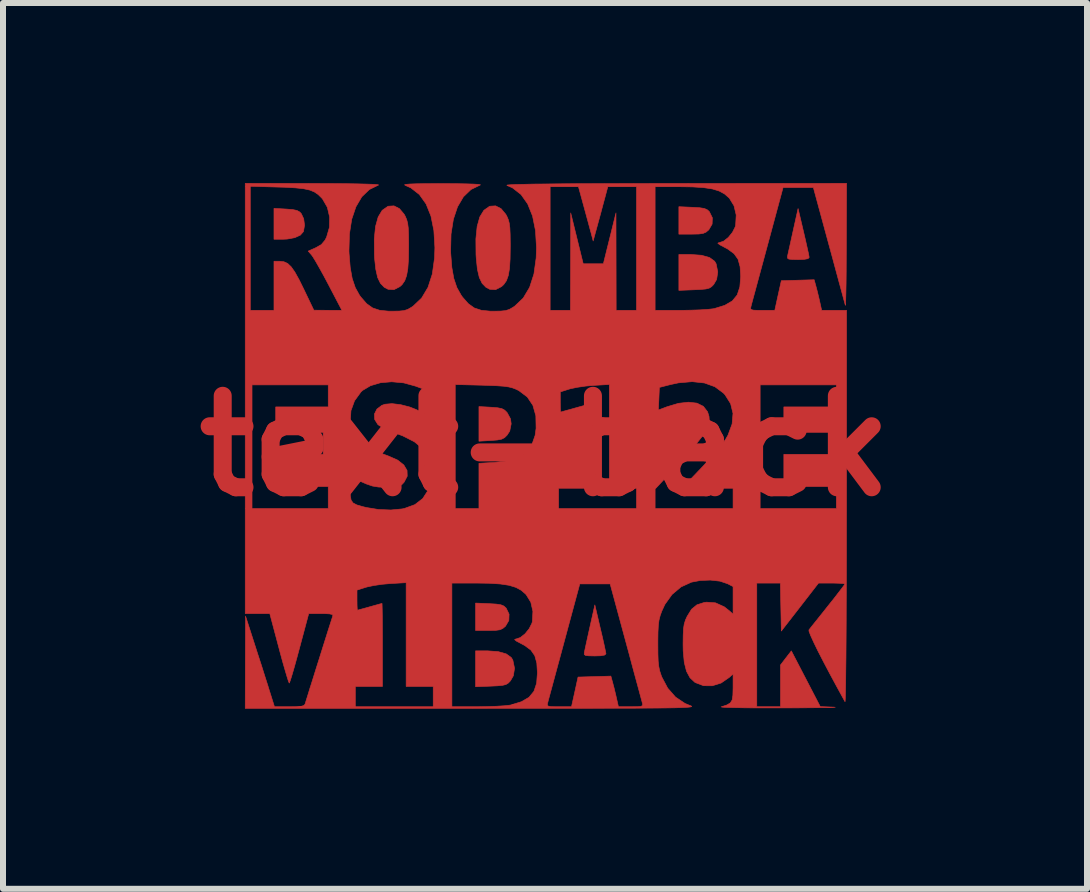
<source format=kicad_pcb>
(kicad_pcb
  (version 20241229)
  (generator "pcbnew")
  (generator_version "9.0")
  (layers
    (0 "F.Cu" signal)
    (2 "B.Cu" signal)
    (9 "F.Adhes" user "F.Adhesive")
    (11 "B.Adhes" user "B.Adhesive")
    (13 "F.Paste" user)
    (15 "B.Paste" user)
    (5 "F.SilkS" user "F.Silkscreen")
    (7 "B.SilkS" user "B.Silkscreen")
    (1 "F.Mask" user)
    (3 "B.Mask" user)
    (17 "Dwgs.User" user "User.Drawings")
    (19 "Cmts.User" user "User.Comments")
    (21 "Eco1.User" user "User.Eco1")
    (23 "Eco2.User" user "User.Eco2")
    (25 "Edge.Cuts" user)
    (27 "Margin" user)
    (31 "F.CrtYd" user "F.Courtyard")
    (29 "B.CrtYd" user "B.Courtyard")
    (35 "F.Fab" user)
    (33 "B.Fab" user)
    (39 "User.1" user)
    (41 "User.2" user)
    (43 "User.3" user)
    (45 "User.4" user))
  (footprint "text-back"
    (layer "F.Cu")
    (at 6.031 4.379)
    (property "Reference" "text-back" (at 0 0 0) (layer "F.Cu") (effects (font (size 1.524 1.524) (thickness 0.3))))
    (attr through_hole)
    (fp_poly (pts (xy -4.315 -3.946) (xy -4.203 -3.937) (xy -4.132 -3.922) (xy -4.086 -3.896) (xy -4.061 -3.869) (xy -4.021 -3.784) (xy -4.007 -3.677) (xy -4.024 -3.575) (xy -4.025 -3.571) (xy -4.076 -3.512) (xy -4.17 -3.469) (xy -4.296 -3.446) (xy -4.359 -3.443) (xy -4.516 -3.443) (xy -4.516 -3.957) (xy -4.315 -3.946)) (stroke (width 0.01) (type solid)) (fill yes) (layer "F.Cu"))
    (fp_poly (pts (xy -0.9 -0.644) (xy -0.79 -0.635) (xy -0.72 -0.621) (xy -0.672 -0.595) (xy -0.632 -0.555) (xy -0.575 -0.45) (xy -0.564 -0.367) (xy -0.588 -0.247) (xy -0.632 -0.179) (xy -0.674 -0.137) (xy -0.723 -0.112) (xy -0.795 -0.098) (xy -0.9 -0.09) (xy -1.101 -0.078) (xy -1.101 -0.655) (xy -0.9 -0.644)) (stroke (width 0.01) (type solid)) (fill yes) (layer "F.Cu"))
    (fp_poly (pts (xy -0.779 3.428) (xy -0.646 3.466) (xy -0.561 3.528) (xy -0.536 3.571) (xy -0.508 3.706) (xy -0.528 3.831) (xy -0.576 3.914) (xy -0.612 3.952) (xy -0.652 3.976) (xy -0.708 3.99) (xy -0.794 3.998) (xy -0.901 4.003) (xy -1.157 4.013) (xy -1.157 3.415) (xy -0.959 3.415) (xy -0.779 3.428)) (stroke (width 0.01) (type solid)) (fill yes) (layer "F.Cu"))
    (fp_poly (pts (xy 2.607 -3.176) (xy 2.741 -3.138) (xy 2.826 -3.076) (xy 2.851 -3.033) (xy 2.878 -2.898) (xy 2.859 -2.773) (xy 2.811 -2.69) (xy 2.774 -2.652) (xy 2.735 -2.628) (xy 2.679 -2.614) (xy 2.592 -2.606) (xy 2.486 -2.601) (xy 2.23 -2.591) (xy 2.23 -3.189) (xy 2.428 -3.189) (xy 2.607 -3.176)) (stroke (width 0.01) (type solid)) (fill yes) (layer "F.Cu"))
    (fp_poly (pts (xy -0.929 2.629) (xy -0.811 2.636) (xy -0.735 2.648) (xy -0.687 2.668) (xy -0.652 2.699) (xy -0.646 2.706) (xy -0.599 2.804) (xy -0.603 2.909) (xy -0.658 3.003) (xy -0.662 3.007) (xy -0.705 3.043) (xy -0.753 3.064) (xy -0.824 3.074) (xy -0.934 3.076) (xy -0.944 3.076) (xy -1.157 3.076) (xy -1.157 2.619) (xy -0.929 2.629)) (stroke (width 0.01) (type solid)) (fill yes) (layer "F.Cu"))
    (fp_poly (pts (xy 2.458 -3.975) (xy 2.576 -3.968) (xy 2.652 -3.956) (xy 2.7 -3.936) (xy 2.735 -3.905) (xy 2.74 -3.898) (xy 2.788 -3.8) (xy 2.784 -3.695) (xy 2.729 -3.601) (xy 2.725 -3.597) (xy 2.682 -3.561) (xy 2.633 -3.54) (xy 2.562 -3.53) (xy 2.453 -3.528) (xy 2.443 -3.528) (xy 2.23 -3.528) (xy 2.23 -3.985) (xy 2.458 -3.975)) (stroke (width 0.01) (type solid)) (fill yes) (layer "F.Cu"))
    (fp_poly (pts (xy 0.921 3.04) (xy 0.955 3.182) (xy 0.983 3.307) (xy 1.003 3.402) (xy 1.014 3.457) (xy 1.015 3.464) (xy 0.994 3.485) (xy 0.928 3.497) (xy 0.829 3.5) (xy 0.73 3.498) (xy 0.675 3.492) (xy 0.654 3.476) (xy 0.654 3.447) (xy 0.656 3.436) (xy 0.667 3.385) (xy 0.687 3.292) (xy 0.714 3.169) (xy 0.745 3.029) (xy 0.749 3.011) (xy 0.83 2.65) (xy 0.921 3.04)) (stroke (width 0.01) (type solid)) (fill yes) (layer "F.Cu"))
    (fp_poly (pts (xy 4.308 -3.564) (xy 4.341 -3.422) (xy 4.369 -3.297) (xy 4.39 -3.202) (xy 4.4 -3.147) (xy 4.401 -3.14) (xy 4.381 -3.119) (xy 4.314 -3.107) (xy 4.216 -3.104) (xy 4.117 -3.106) (xy 4.062 -3.112) (xy 4.04 -3.128) (xy 4.04 -3.157) (xy 4.042 -3.168) (xy 4.053 -3.219) (xy 4.074 -3.312) (xy 4.101 -3.435) (xy 4.132 -3.575) (xy 4.136 -3.593) (xy 4.216 -3.954) (xy 4.308 -3.564)) (stroke (width 0.01) (type solid)) (fill yes) (layer "F.Cu"))
    (fp_poly (pts (xy -2.426 -3.953) (xy -2.347 -3.859) (xy -2.328 -3.824) (xy -2.305 -3.77) (xy -2.289 -3.71) (xy -2.279 -3.632) (xy -2.274 -3.524) (xy -2.272 -3.375) (xy -2.272 -3.316) (xy -2.275 -3.112) (xy -2.286 -2.956) (xy -2.306 -2.839) (xy -2.337 -2.752) (xy -2.381 -2.688) (xy -2.419 -2.653) (xy -2.517 -2.603) (xy -2.615 -2.609) (xy -2.678 -2.642) (xy -2.742 -2.708) (xy -2.789 -2.805) (xy -2.82 -2.943) (xy -2.84 -3.126) (xy -2.843 -3.189) (xy -2.845 -3.448) (xy -2.824 -3.656) (xy -2.78 -3.814) (xy -2.713 -3.925) (xy -2.621 -3.989) (xy -2.613 -3.993) (xy -2.517 -3.999) (xy -2.426 -3.953)) (stroke (width 0.01) (type solid)) (fill yes) (layer "F.Cu"))
    (fp_poly (pts (xy -0.733 -3.953) (xy -0.654 -3.859) (xy -0.635 -3.824) (xy -0.612 -3.77) (xy -0.596 -3.71) (xy -0.586 -3.632) (xy -0.581 -3.524) (xy -0.579 -3.375) (xy -0.579 -3.316) (xy -0.582 -3.112) (xy -0.592 -2.956) (xy -0.612 -2.839) (xy -0.643 -2.752) (xy -0.688 -2.688) (xy -0.726 -2.653) (xy -0.824 -2.603) (xy -0.921 -2.609) (xy -0.984 -2.642) (xy -1.048 -2.708) (xy -1.095 -2.805) (xy -1.127 -2.943) (xy -1.146 -3.126) (xy -1.15 -3.189) (xy -1.152 -3.448) (xy -1.131 -3.656) (xy -1.087 -3.814) (xy -1.019 -3.925) (xy -0.928 -3.989) (xy -0.919 -3.993) (xy -0.824 -3.999) (xy -0.733 -3.953)) (stroke (width 0.01) (type solid)) (fill yes) (layer "F.Cu"))
    (fp_poly (pts (xy 5.02 -3.337) (xy 5.019 -3.104) (xy 5.018 -2.891) (xy 5.016 -2.704) (xy 5.013 -2.55) (xy 5.01 -2.435) (xy 5.008 -2.363) (xy 5.005 -2.342) (xy 5.004 -2.342) (xy 4.994 -2.379) (xy 4.971 -2.463) (xy 4.937 -2.589) (xy 4.893 -2.75) (xy 4.842 -2.939) (xy 4.785 -3.15) (xy 4.732 -3.344) (xy 4.471 -4.304) (xy 3.966 -4.304) (xy 3.707 -3.344) (xy 3.646 -3.118) (xy 3.589 -2.908) (xy 3.538 -2.719) (xy 3.495 -2.56) (xy 3.461 -2.435) (xy 3.439 -2.353) (xy 3.431 -2.321) (xy 3.425 -2.289) (xy 3.437 -2.27) (xy 3.477 -2.261) (xy 3.556 -2.258) (xy 3.621 -2.258) (xy 3.828 -2.258) (xy 3.882 -2.505) (xy 3.937 -2.752) (xy 4.484 -2.768) (xy 4.513 -2.663) (xy 4.537 -2.572) (xy 4.564 -2.46) (xy 4.576 -2.408) (xy 4.609 -2.258) (xy 5.024 -2.258) (xy 5.023 1.023) (xy 5.022 1.447) (xy 5.022 1.855) (xy 5.021 2.243) (xy 5.019 2.606) (xy 5.018 2.943) (xy 5.016 3.25) (xy 5.014 3.522) (xy 5.011 3.758) (xy 5.009 3.952) (xy 5.006 4.102) (xy 5.003 4.205) (xy 5 4.256) (xy 4.998 4.262) (xy 4.866 4.021) (xy 4.745 3.797) (xy 4.638 3.594) (xy 4.547 3.417) (xy 4.476 3.271) (xy 4.426 3.161) (xy 4.399 3.091) (xy 4.397 3.067) (xy 4.422 3.034) (xy 4.476 2.966) (xy 4.553 2.87) (xy 4.645 2.755) (xy 4.708 2.675) (xy 4.805 2.554) (xy 4.887 2.448) (xy 4.95 2.366) (xy 4.988 2.315) (xy 4.995 2.302) (xy 4.969 2.294) (xy 4.901 2.289) (xy 4.802 2.286) (xy 4.776 2.286) (xy 4.557 2.286) (xy 4.247 2.686) (xy 3.937 3.085) (xy 3.929 2.686) (xy 3.921 2.286) (xy 3.528 2.286) (xy 3.528 4.346) (xy 3.923 4.346) (xy 3.923 3.651) (xy 4.013 3.533) (xy 4.104 3.416) (xy 4.586 4.344) (xy 4.812 4.353) (xy 4.835 4.355) (xy 4.806 4.358) (xy 4.73 4.36) (xy 4.611 4.362) (xy 4.453 4.363) (xy 4.261 4.365) (xy 4.04 4.366) (xy 3.951 4.366) (xy 3.713 4.366) (xy 3.497 4.366) (xy 3.308 4.364) (xy 3.151 4.361) (xy 3.033 4.358) (xy 2.959 4.354) (xy 2.934 4.349) (xy 2.937 4.348) (xy 3.029 4.317) (xy 3.087 4.283) (xy 3.118 4.233) (xy 3.13 4.153) (xy 3.133 4.031) (xy 3.133 4.03) (xy 3.133 3.8) (xy 3.069 3.858) (xy 2.934 3.951) (xy 2.788 3.997) (xy 2.641 3.996) (xy 2.507 3.945) (xy 2.495 3.938) (xy 2.415 3.863) (xy 2.357 3.755) (xy 2.32 3.609) (xy 2.302 3.417) (xy 2.3 3.302) (xy 2.302 3.154) (xy 2.307 3.048) (xy 2.319 2.97) (xy 2.339 2.904) (xy 2.367 2.842) (xy 2.441 2.722) (xy 2.531 2.648) (xy 2.649 2.61) (xy 2.691 2.604) (xy 2.84 2.615) (xy 2.986 2.681) (xy 3.069 2.746) (xy 3.133 2.804) (xy 3.133 2.344) (xy 3.042 2.297) (xy 2.914 2.254) (xy 2.754 2.236) (xy 2.585 2.243) (xy 2.439 2.271) (xy 2.266 2.35) (xy 2.116 2.476) (xy 1.997 2.642) (xy 1.946 2.752) (xy 1.918 2.829) (xy 1.899 2.904) (xy 1.888 2.99) (xy 1.882 3.101) (xy 1.88 3.25) (xy 1.88 3.302) (xy 1.881 3.465) (xy 1.885 3.584) (xy 1.895 3.675) (xy 1.911 3.751) (xy 1.936 3.826) (xy 1.946 3.852) (xy 2.044 4.037) (xy 2.175 4.186) (xy 2.332 4.291) (xy 2.399 4.319) (xy 2.421 4.327) (xy 2.436 4.334) (xy 2.444 4.34) (xy 2.44 4.345) (xy 2.423 4.35) (xy 2.39 4.354) (xy 2.337 4.358) (xy 2.263 4.361) (xy 2.164 4.364) (xy 2.039 4.366) (xy 1.883 4.368) (xy 1.694 4.369) (xy 1.471 4.371) (xy 1.209 4.371) (xy 0.907 4.372) (xy 0.562 4.373) (xy 0.17 4.373) (xy -0.27 4.373) (xy -0.762 4.373) (xy -1.221 4.374) (xy -4.995 4.374) (xy -4.993 3.605) (xy -4.99 2.836) (xy -4.84 3.302) (xy -4.782 3.483) (xy -4.721 3.67) (xy -4.665 3.848) (xy -4.617 3.998) (xy -4.599 4.057) (xy -4.508 4.346) (xy -4.26 4.346) (xy -4.138 4.345) (xy -4.062 4.339) (xy -4.019 4.326) (xy -4 4.305) (xy -3.997 4.297) (xy -3.981 4.245) (xy -3.952 4.152) (xy -3.913 4.025) (xy -3.907 4.008) (xy -3.161 4.008) (xy -3.161 4.346) (xy -1.863 4.346) (xy -1.863 4.008) (xy -2.314 4.008) (xy -2.314 2.286) (xy -1.552 2.286) (xy -1.552 4.346) (xy -1.122 4.346) (xy -0.96 4.343) (xy -0.808 4.338) (xy -0.679 4.33) (xy -0.588 4.32) (xy -0.566 4.316) (xy -0.564 4.315) (xy 0.038 4.315) (xy 0.05 4.334) (xy 0.09 4.343) (xy 0.169 4.346) (xy 0.234 4.346) (xy 0.441 4.346) (xy 0.496 4.099) (xy 0.55 3.852) (xy 0.824 3.844) (xy 1.097 3.836) (xy 1.126 3.941) (xy 1.15 4.032) (xy 1.177 4.144) (xy 1.189 4.196) (xy 1.223 4.346) (xy 1.43 4.346) (xy 1.536 4.345) (xy 1.597 4.34) (xy 1.623 4.327) (xy 1.626 4.303) (xy 1.621 4.283) (xy 1.61 4.241) (xy 1.586 4.152) (xy 1.551 4.022) (xy 1.506 3.857) (xy 1.454 3.665) (xy 1.397 3.451) (xy 1.345 3.26) (xy 1.085 2.3) (xy 0.579 2.3) (xy 0.32 3.26) (xy 0.259 3.486) (xy 0.202 3.696) (xy 0.151 3.885) (xy 0.108 4.044) (xy 0.074 4.169) (xy 0.052 4.251) (xy 0.044 4.283) (xy 0.038 4.315) (xy -0.564 4.315) (xy -0.392 4.262) (xy -0.267 4.189) (xy -0.185 4.089) (xy -0.14 3.955) (xy -0.127 3.782) (xy -0.137 3.618) (xy -0.171 3.495) (xy -0.236 3.402) (xy -0.339 3.326) (xy -0.395 3.296) (xy -0.476 3.253) (xy -0.507 3.228) (xy -0.493 3.219) (xy -0.484 3.218) (xy -0.411 3.193) (xy -0.333 3.131) (xy -0.264 3.046) (xy -0.218 2.954) (xy -0.211 2.926) (xy -0.202 2.757) (xy -0.237 2.604) (xy -0.315 2.478) (xy -0.32 2.473) (xy -0.395 2.407) (xy -0.485 2.358) (xy -0.599 2.323) (xy -0.745 2.301) (xy -0.931 2.289) (xy -1.134 2.286) (xy -1.552 2.286) (xy -2.314 2.286) (xy -2.314 2.279) (xy -2.575 2.294) (xy -2.713 2.306) (xy -2.849 2.326) (xy -2.96 2.349) (xy -2.985 2.356) (xy -3.133 2.403) (xy -3.133 2.57) (xy -3.132 2.659) (xy -3.129 2.72) (xy -3.126 2.738) (xy -3.097 2.73) (xy -3.028 2.711) (xy -2.934 2.685) (xy -2.921 2.681) (xy -2.824 2.654) (xy -2.752 2.634) (xy -2.717 2.625) (xy -2.716 2.625) (xy -2.715 2.652) (xy -2.713 2.727) (xy -2.711 2.844) (xy -2.71 2.995) (xy -2.709 3.171) (xy -2.709 3.316) (xy -2.709 4.008) (xy -3.161 4.008) (xy -3.907 4.008) (xy -3.865 3.874) (xy -3.813 3.707) (xy -3.758 3.533) (xy -3.704 3.361) (xy -3.653 3.199) (xy -3.608 3.056) (xy -3.571 2.941) (xy -3.546 2.863) (xy -3.535 2.829) (xy -3.543 2.81) (xy -3.591 2.799) (xy -3.685 2.794) (xy -3.73 2.794) (xy -3.937 2.794) (xy -4.092 3.373) (xy -4.138 3.544) (xy -4.18 3.695) (xy -4.216 3.818) (xy -4.243 3.905) (xy -4.259 3.948) (xy -4.262 3.951) (xy -4.274 3.925) (xy -4.297 3.852) (xy -4.33 3.741) (xy -4.371 3.599) (xy -4.416 3.434) (xy -4.432 3.373) (xy -4.586 2.794) (xy -4.791 2.794) (xy -4.995 2.794) (xy -4.995 -1.016) (xy -4.882 -1.016) (xy -4.882 1.044) (xy -3.612 1.044) (xy -3.612 0.677) (xy -4.487 0.677) (xy -4.487 0.511) (xy -3.246 0.511) (xy -3.246 0.72) (xy -3.244 0.83) (xy -3.231 0.904) (xy -3.198 0.951) (xy -3.135 0.984) (xy -3.03 1.014) (xy -2.971 1.028) (xy -2.774 1.06) (xy -2.568 1.068) (xy -2.379 1.05) (xy -2.353 1.044) (xy -1.496 1.044) (xy -1.101 1.044) (xy -1.101 0.706) (xy 0.226 0.706) (xy 0.226 1.044) (xy 1.524 1.044) (xy 1.524 0.719) (xy 1.834 0.719) (xy 1.834 1.044) (xy 3.133 1.044) (xy 3.133 0.706) (xy 2.281 0.706) (xy 2.622 0.349) (xy 2.791 0.166) (xy 2.919 0.014) (xy 3.008 -0.109) (xy 3.048 -0.178) (xy 3.117 -0.365) (xy 3.132 -0.541) (xy 3.092 -0.704) (xy 2.999 -0.851) (xy 2.971 -0.881) (xy 2.831 -0.985) (xy 2.745 -1.016) (xy 3.584 -1.016) (xy 3.584 1.044) (xy 4.854 1.044) (xy 4.854 0.677) (xy 3.979 0.677) (xy 3.979 0.141) (xy 4.77 0.141) (xy 4.77 -0.226) (xy 3.979 -0.226) (xy 3.979 -0.649) (xy 4.854 -0.649) (xy 4.854 -1.016) (xy 3.584 -1.016) (xy 2.745 -1.016) (xy 2.656 -1.048) (xy 2.452 -1.07) (xy 2.222 -1.05) (xy 2.088 -1.021) (xy 1.905 -0.974) (xy 1.897 -0.785) (xy 1.888 -0.597) (xy 2.033 -0.652) (xy 2.223 -0.709) (xy 2.391 -0.728) (xy 2.531 -0.712) (xy 2.638 -0.659) (xy 2.706 -0.571) (xy 2.709 -0.565) (xy 2.732 -0.492) (xy 2.737 -0.42) (xy 2.721 -0.342) (xy 2.681 -0.254) (xy 2.612 -0.15) (xy 2.513 -0.024) (xy 2.38 0.129) (xy 2.21 0.315) (xy 2.189 0.338) (xy 1.834 0.719) (xy 1.524 0.719) (xy 1.524 0.706) (xy 1.072 0.706) (xy 1.072 -1.023) (xy 0.811 -1.008) (xy 0.674 -0.996) (xy 0.538 -0.976) (xy 0.427 -0.953) (xy 0.402 -0.946) (xy 0.254 -0.899) (xy 0.254 -0.732) (xy 0.255 -0.643) (xy 0.258 -0.582) (xy 0.261 -0.564) (xy 0.29 -0.572) (xy 0.358 -0.591) (xy 0.453 -0.617) (xy 0.466 -0.621) (xy 0.563 -0.648) (xy 0.635 -0.668) (xy 0.669 -0.677) (xy 0.67 -0.677) (xy 0.672 -0.65) (xy 0.674 -0.575) (xy 0.675 -0.458) (xy 0.677 -0.307) (xy 0.677 -0.131) (xy 0.677 0.014) (xy 0.677 0.706) (xy 0.226 0.706) (xy -1.101 0.706) (xy -1.101 0.29) (xy -0.847 0.276) (xy -0.623 0.248) (xy -0.446 0.191) (xy -0.312 0.104) (xy -0.22 -0.018) (xy -0.165 -0.175) (xy -0.149 -0.292) (xy -0.153 -0.501) (xy -0.202 -0.675) (xy -0.295 -0.814) (xy -0.434 -0.919) (xy -0.479 -0.942) (xy -0.538 -0.965) (xy -0.605 -0.982) (xy -0.691 -0.994) (xy -0.806 -1.002) (xy -0.961 -1.008) (xy -1.051 -1.011) (xy -1.496 -1.022) (xy -1.496 1.044) (xy -2.353 1.044) (xy -2.342 1.042) (xy -2.169 0.979) (xy -2.038 0.878) (xy -1.949 0.74) (xy -1.902 0.564) (xy -1.897 0.522) (xy -1.9 0.337) (xy -1.946 0.179) (xy -2.038 0.045) (xy -2.178 -0.069) (xy -2.369 -0.166) (xy -2.459 -0.2) (xy -2.58 -0.247) (xy -2.687 -0.296) (xy -2.763 -0.339) (xy -2.787 -0.358) (xy -2.839 -0.442) (xy -2.842 -0.532) (xy -2.801 -0.613) (xy -2.72 -0.675) (xy -2.665 -0.694) (xy -2.55 -0.704) (xy -2.407 -0.687) (xy -2.255 -0.648) (xy -2.156 -0.609) (xy -2.001 -0.538) (xy -2.01 -0.741) (xy -2.018 -0.944) (xy -2.159 -0.996) (xy -2.356 -1.05) (xy -2.554 -1.068) (xy -2.741 -1.052) (xy -2.907 -1.003) (xy -3.04 -0.924) (xy -3.068 -0.897) (xy -3.174 -0.751) (xy -3.234 -0.586) (xy -3.244 -0.414) (xy -3.204 -0.247) (xy -3.181 -0.197) (xy -3.094 -0.088) (xy -2.955 0.016) (xy -2.766 0.11) (xy -2.604 0.171) (xy -2.455 0.237) (xy -2.353 0.318) (xy -2.299 0.409) (xy -2.296 0.505) (xy -2.347 0.603) (xy -2.354 0.612) (xy -2.393 0.652) (xy -2.433 0.676) (xy -2.49 0.687) (xy -2.581 0.69) (xy -2.644 0.69) (xy -2.774 0.686) (xy -2.876 0.669) (xy -2.976 0.635) (xy -3.055 0.6) (xy -3.246 0.511) (xy -4.487 0.511) (xy -4.487 0.141) (xy -3.697 0.141) (xy -3.697 -0.226) (xy -4.487 -0.226) (xy -4.487 -0.649) (xy -3.612 -0.649) (xy -3.612 -1.016) (xy -4.882 -1.016) (xy -4.995 -1.016) (xy -4.995 -2.258) (xy -4.911 -2.258) (xy -4.516 -2.258) (xy -4.516 -3.076) (xy -4.421 -3.076) (xy -4.351 -3.068) (xy -4.289 -3.04) (xy -4.23 -2.984) (xy -4.167 -2.894) (xy -4.095 -2.764) (xy -4.022 -2.616) (xy -3.852 -2.261) (xy -3.618 -2.259) (xy -3.384 -2.258) (xy -3.609 -2.688) (xy -3.687 -2.835) (xy -3.761 -2.968) (xy -3.823 -3.077) (xy -3.87 -3.153) (xy -3.891 -3.182) (xy -3.946 -3.245) (xy -3.821 -3.301) (xy -3.727 -3.354) (xy -3.666 -3.427) (xy -3.64 -3.477) (xy -3.592 -3.642) (xy -3.589 -3.813) (xy -3.627 -3.975) (xy -3.707 -4.114) (xy -3.722 -4.131) (xy -3.781 -4.189) (xy -3.845 -4.232) (xy -3.923 -4.263) (xy -4.025 -4.285) (xy -4.16 -4.299) (xy -4.337 -4.309) (xy -4.452 -4.312) (xy -4.911 -4.325) (xy -4.911 -2.258) (xy -4.995 -2.258) (xy -4.995 -4.374) (xy -3.845 -4.372) (xy -3.579 -4.371) (xy -3.344 -4.369) (xy -3.143 -4.366) (xy -2.981 -4.362) (xy -2.863 -4.358) (xy -2.792 -4.353) (xy -2.772 -4.347) (xy -2.775 -4.346) (xy -2.927 -4.271) (xy -3.053 -4.15) (xy -3.151 -3.983) (xy -3.221 -3.776) (xy -3.259 -3.53) (xy -3.267 -3.248) (xy -3.265 -3.203) (xy -3.246 -2.974) (xy -3.213 -2.789) (xy -3.162 -2.638) (xy -3.091 -2.51) (xy -3.068 -2.479) (xy -2.972 -2.369) (xy -2.872 -2.298) (xy -2.754 -2.259) (xy -2.603 -2.244) (xy -2.549 -2.244) (xy -2.43 -2.246) (xy -2.349 -2.254) (xy -2.287 -2.274) (xy -2.225 -2.31) (xy -2.197 -2.329) (xy -2.056 -2.463) (xy -1.95 -2.641) (xy -1.878 -2.863) (xy -1.841 -3.13) (xy -1.835 -3.302) (xy -1.852 -3.587) (xy -1.901 -3.83) (xy -1.982 -4.031) (xy -2.094 -4.188) (xy -2.236 -4.299) (xy -2.328 -4.34) (xy -2.341 -4.35) (xy -2.317 -4.357) (xy -2.251 -4.363) (xy -2.142 -4.367) (xy -1.984 -4.369) (xy -1.774 -4.37) (xy -1.707 -4.37) (xy -1.496 -4.369) (xy -1.323 -4.366) (xy -1.193 -4.362) (xy -1.109 -4.357) (xy -1.076 -4.35) (xy -1.081 -4.346) (xy -1.234 -4.271) (xy -1.36 -4.15) (xy -1.458 -3.983) (xy -1.527 -3.776) (xy -1.566 -3.53) (xy -1.573 -3.248) (xy -1.571 -3.203) (xy -1.553 -2.974) (xy -1.52 -2.789) (xy -1.469 -2.638) (xy -1.397 -2.51) (xy -1.375 -2.479) (xy -1.278 -2.369) (xy -1.179 -2.298) (xy -1.061 -2.259) (xy -0.909 -2.244) (xy -0.856 -2.244) (xy -0.737 -2.246) (xy -0.656 -2.254) (xy -0.594 -2.274) (xy -0.532 -2.31) (xy -0.504 -2.329) (xy -0.363 -2.463) (xy -0.257 -2.641) (xy -0.185 -2.863) (xy -0.148 -3.13) (xy -0.142 -3.302) (xy -0.159 -3.587) (xy -0.208 -3.83) (xy -0.289 -4.031) (xy -0.4 -4.188) (xy -0.542 -4.299) (xy -0.585 -4.318) (xy 0.085 -4.318) (xy 0.085 -2.258) (xy 0.423 -2.258) (xy 0.426 -3.069) (xy 0.428 -3.881) (xy 0.532 -3.457) (xy 0.636 -3.034) (xy 0.972 -3.034) (xy 1.077 -3.457) (xy 1.182 -3.881) (xy 1.185 -2.258) (xy 1.524 -2.258) (xy 1.524 -4.318) (xy 1.834 -4.318) (xy 1.834 -2.258) (xy 2.265 -2.258) (xy 2.426 -2.261) (xy 2.579 -2.266) (xy 2.707 -2.274) (xy 2.799 -2.284) (xy 2.821 -2.288) (xy 2.995 -2.342) (xy 3.12 -2.415) (xy 3.202 -2.515) (xy 3.246 -2.649) (xy 3.26 -2.822) (xy 3.25 -2.986) (xy 3.216 -3.109) (xy 3.15 -3.202) (xy 3.047 -3.278) (xy 2.991 -3.308) (xy 2.911 -3.351) (xy 2.879 -3.376) (xy 2.894 -3.385) (xy 2.903 -3.386) (xy 2.976 -3.411) (xy 3.054 -3.473) (xy 3.123 -3.558) (xy 3.169 -3.65) (xy 3.176 -3.678) (xy 3.185 -3.847) (xy 3.149 -4) (xy 3.072 -4.126) (xy 3.067 -4.131) (xy 2.992 -4.197) (xy 2.902 -4.246) (xy 2.788 -4.281) (xy 2.642 -4.303) (xy 2.456 -4.315) (xy 2.253 -4.318) (xy 1.834 -4.318) (xy 1.524 -4.318) (xy 1.046 -4.318) (xy 1.014 -4.198) (xy 0.994 -4.123) (xy 0.963 -4.009) (xy 0.927 -3.873) (xy 0.892 -3.746) (xy 0.802 -3.415) (xy 0.767 -3.549) (xy 0.744 -3.632) (xy 0.712 -3.751) (xy 0.674 -3.89) (xy 0.644 -4) (xy 0.557 -4.318) (xy 0.085 -4.318) (xy -0.585 -4.318) (xy -0.635 -4.34) (xy -0.631 -4.346) (xy -0.585 -4.35) (xy -0.497 -4.355) (xy -0.365 -4.358) (xy -0.188 -4.362) (xy 0.036 -4.364) (xy 0.309 -4.367) (xy 0.632 -4.369) (xy 1.006 -4.37) (xy 1.433 -4.371) (xy 1.914 -4.372) (xy 2.152 -4.372) (xy 5.024 -4.374) (xy 5.02 -3.337)) (stroke (width 0.01) (type solid)) (fill yes) (layer "F.Cu")))
  (gr_rect
    (start -3 -3)
    (end 15.061 11.759)
    (stroke (width 0.1) (type default))
    (fill no)
    (layer "Edge.Cuts")))
</source>
